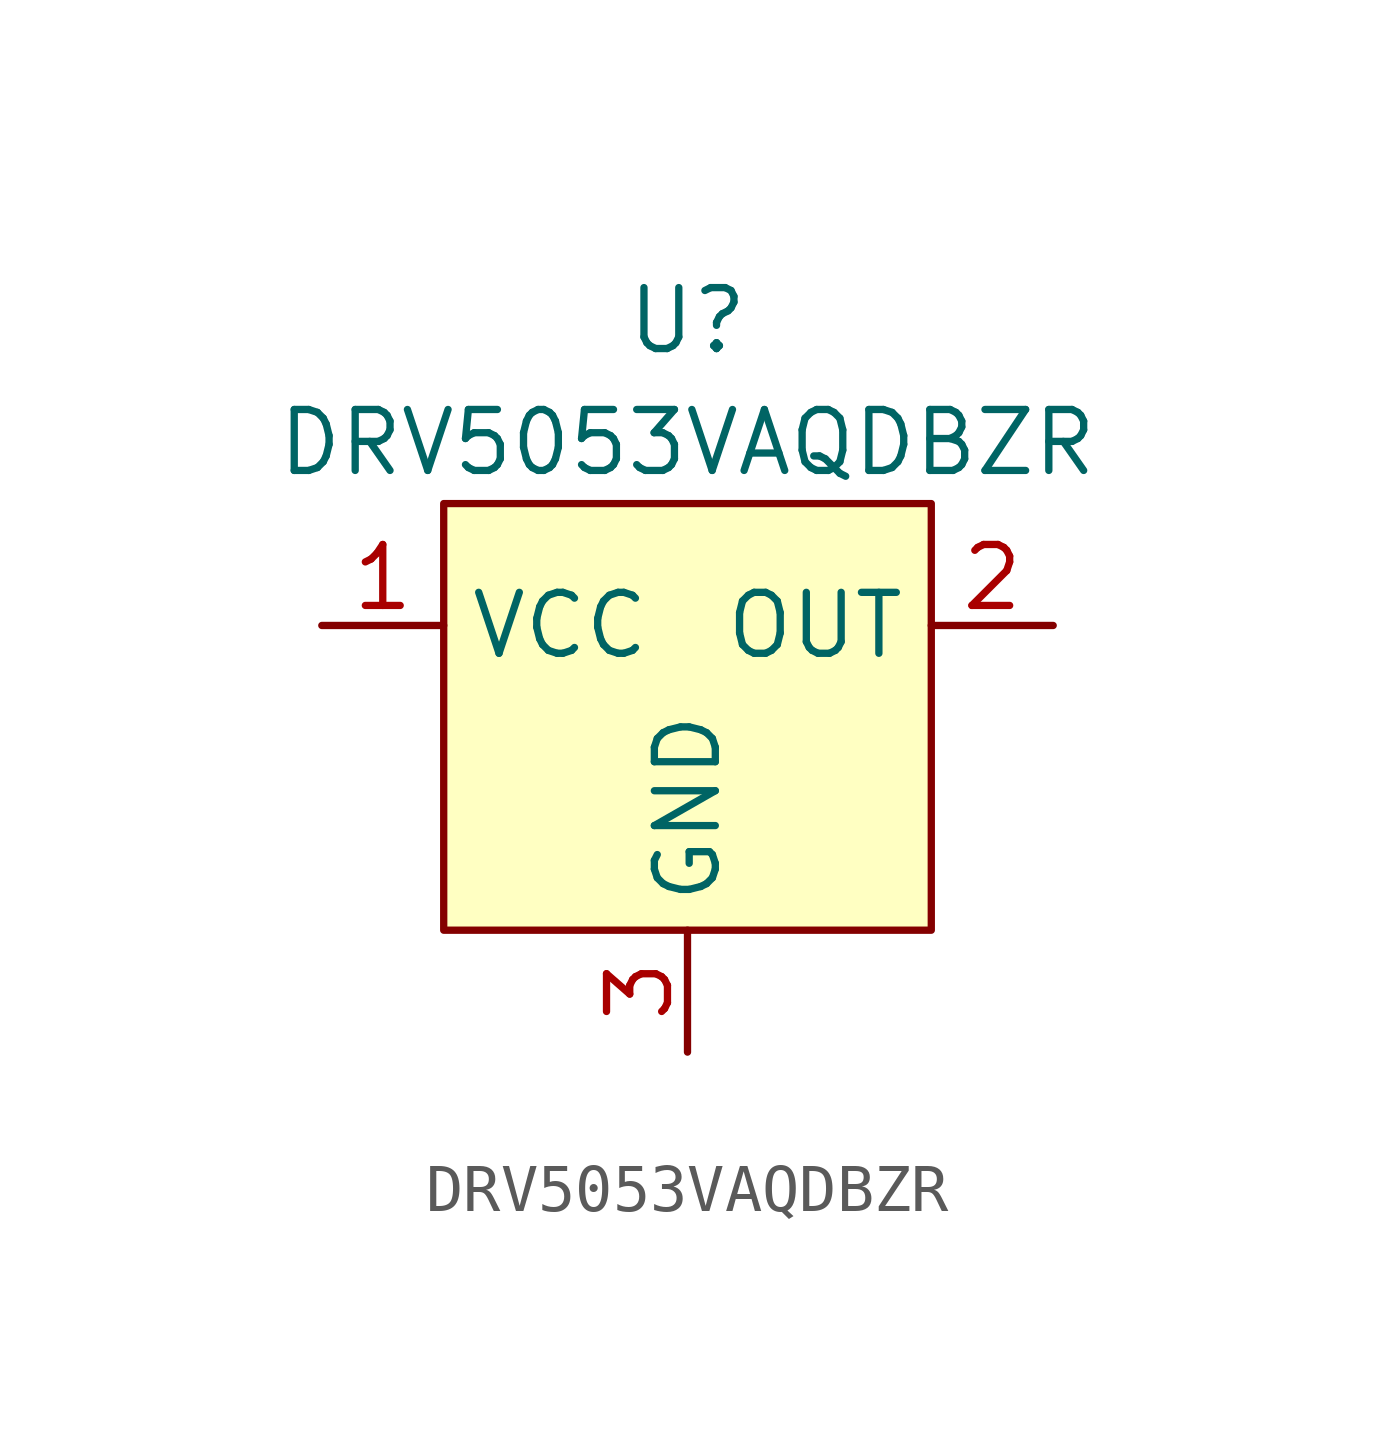
<source format=kicad_sym>
(kicad_symbol_lib
  (version 20220914)
  (generator kicad_symbol_editor)
  (symbol "DRV5053VAQDBZR"
    (property "Reference" "U"
      (at 0 7.62 0)
      (effects (font (size 1.27 1.27))))
    (property "Value" "DRV5053VAQDBZR"
      (at 0 5.08 0)
      (effects (font (size 1.27 1.27))))
    (symbol "DRV5053VAQDBZR_1_1"
      (rectangle (start -5.08 3.81) (end 5.08 -5.08) (stroke (width 0) (type default)) (fill (type background)))
      (pin input line (at -7.62 1.27 0) (length 2.54) (name "VCC" (effects (font (size 1.27 1.27)))) (number "1" (effects (font (size 1.27 1.27)))))
      (pin input line (at 7.62 1.27 180) (length 2.54) (name "OUT" (effects (font (size 1.27 1.27)))) (number "2" (effects (font (size 1.27 1.27)))))
      (pin input line (at 0 -7.62 90) (length 2.54) (name "GND" (effects (font (size 1.27 1.27)))) (number "3" (effects (font (size 1.27 1.27))))))))
</source>
